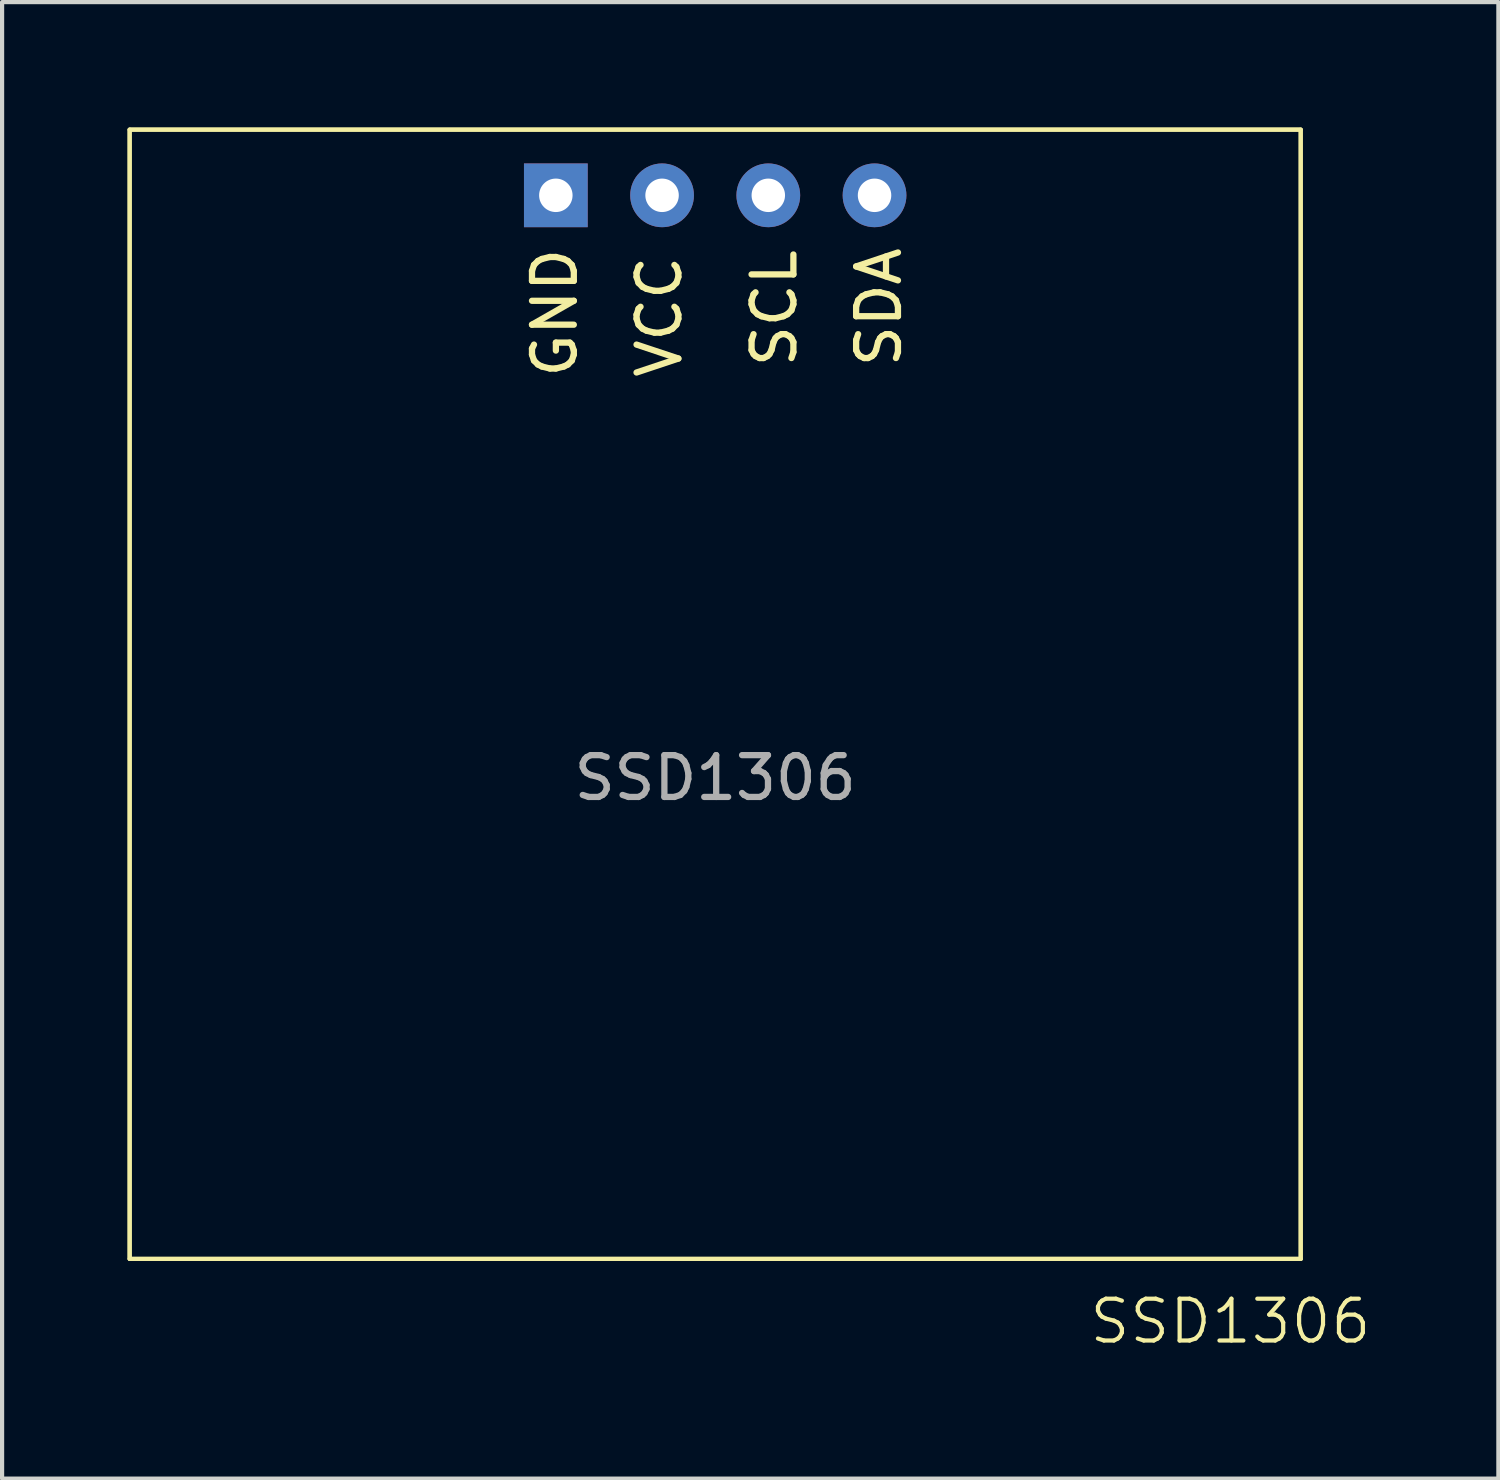
<source format=kicad_pcb>
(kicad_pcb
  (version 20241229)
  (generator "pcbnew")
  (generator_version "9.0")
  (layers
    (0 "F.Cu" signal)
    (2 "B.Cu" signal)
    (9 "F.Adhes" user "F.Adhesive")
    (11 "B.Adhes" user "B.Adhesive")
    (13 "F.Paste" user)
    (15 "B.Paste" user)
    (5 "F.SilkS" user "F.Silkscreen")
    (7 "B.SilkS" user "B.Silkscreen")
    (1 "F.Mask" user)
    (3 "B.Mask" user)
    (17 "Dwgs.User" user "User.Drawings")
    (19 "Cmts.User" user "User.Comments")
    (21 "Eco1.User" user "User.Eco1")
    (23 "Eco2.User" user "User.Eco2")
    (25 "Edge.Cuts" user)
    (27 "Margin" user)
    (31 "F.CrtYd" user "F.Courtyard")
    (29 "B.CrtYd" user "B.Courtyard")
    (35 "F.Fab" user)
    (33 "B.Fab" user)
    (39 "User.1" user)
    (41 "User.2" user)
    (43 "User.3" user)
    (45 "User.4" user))
  (footprint "SSD1306"
    (layer "F.Cu")
    (at 14.05 13.05)
    (property "Reference" "SSD1306" (at 12.319 15.494 0) (unlocked yes) (layer "F.SilkS") (effects (font (size 1 1) (thickness 0.1))))
    (attr through_hole)
    (fp_line (start -14 -13) (end 14 -13) (stroke (width 0.1) (type default)) (layer "F.SilkS"))
    (fp_line (start -14 14) (end -14 -13) (stroke (width 0.1) (type default)) (layer "F.SilkS"))
    (fp_line (start 14 -13) (end 14 14) (stroke (width 0.1) (type default)) (layer "F.SilkS"))
    (fp_line (start 14 14) (end -14 14) (stroke (width 0.1) (type default)) (layer "F.SilkS"))
    (fp_rect (start -14 -13) (end 14 14) (stroke (width 0.1) (type default)) (fill no) (layer "F.SilkS"))
    (fp_text user "GND" (at -3.25 -7 90) (unlocked yes) (layer "F.SilkS") (effects (font (size 1 1) (thickness 0.15) (bold yes)) (justify left bottom)))
    (fp_text user "SCL" (at 2 -7.25 90) (unlocked yes) (layer "F.SilkS") (effects (font (size 1 1) (thickness 0.15) (bold yes)) (justify left bottom)))
    (fp_text user "SDA" (at 4.5 -7.25 90) (unlocked yes) (layer "F.SilkS") (effects (font (size 1 1) (thickness 0.15) (bold yes)) (justify left bottom)))
    (fp_text user "VCC" (at -0.75 -7 90) (unlocked yes) (layer "F.SilkS") (effects (font (size 1 1) (thickness 0.15) (bold yes)) (justify left bottom)))
    (fp_text user "${REFERENCE}" (at 0 2.5 0) (unlocked yes) (layer "F.Fab") (effects (font (size 1 1) (thickness 0.15))))
    (pad "1" thru_hole rect (at -3.81 -11.43) (size 1.524 1.524) (drill 0.8) (layers "*.Cu" "*.Mask"))
    (pad "2" thru_hole circle (at -1.27 -11.43) (size 1.524 1.524) (drill 0.8) (layers "*.Cu" "*.Mask"))
    (pad "3" thru_hole circle (at 1.27 -11.43) (size 1.524 1.524) (drill 0.8) (layers "*.Cu" "*.Mask"))
    (pad "4" thru_hole circle (at 3.81 -11.43) (size 1.524 1.524) (drill 0.8) (layers "*.Cu" "*.Mask"))
    (zone (net_name "") (layer "F.SilkS") (hatch edge 0.5) (connect_pads) (min_thickness 0.25) (filled_areas_thickness no) (keepout (tracks allowed) (vias allowed) (pads not_allowed) (copperpour allowed) (footprints not_allowed)) (placement (enabled no)) (fill) (polygon (pts (xy 0.05 0.05) (xy 28.05 0.05) (xy 28.05 27.05) (xy 0.05 27.05)))))
  (gr_rect
    (start -3 -3)
    (end 32.776 32.304)
    (stroke (width 0.1) (type default))
    (fill no)
    (layer "Edge.Cuts")))
</source>
